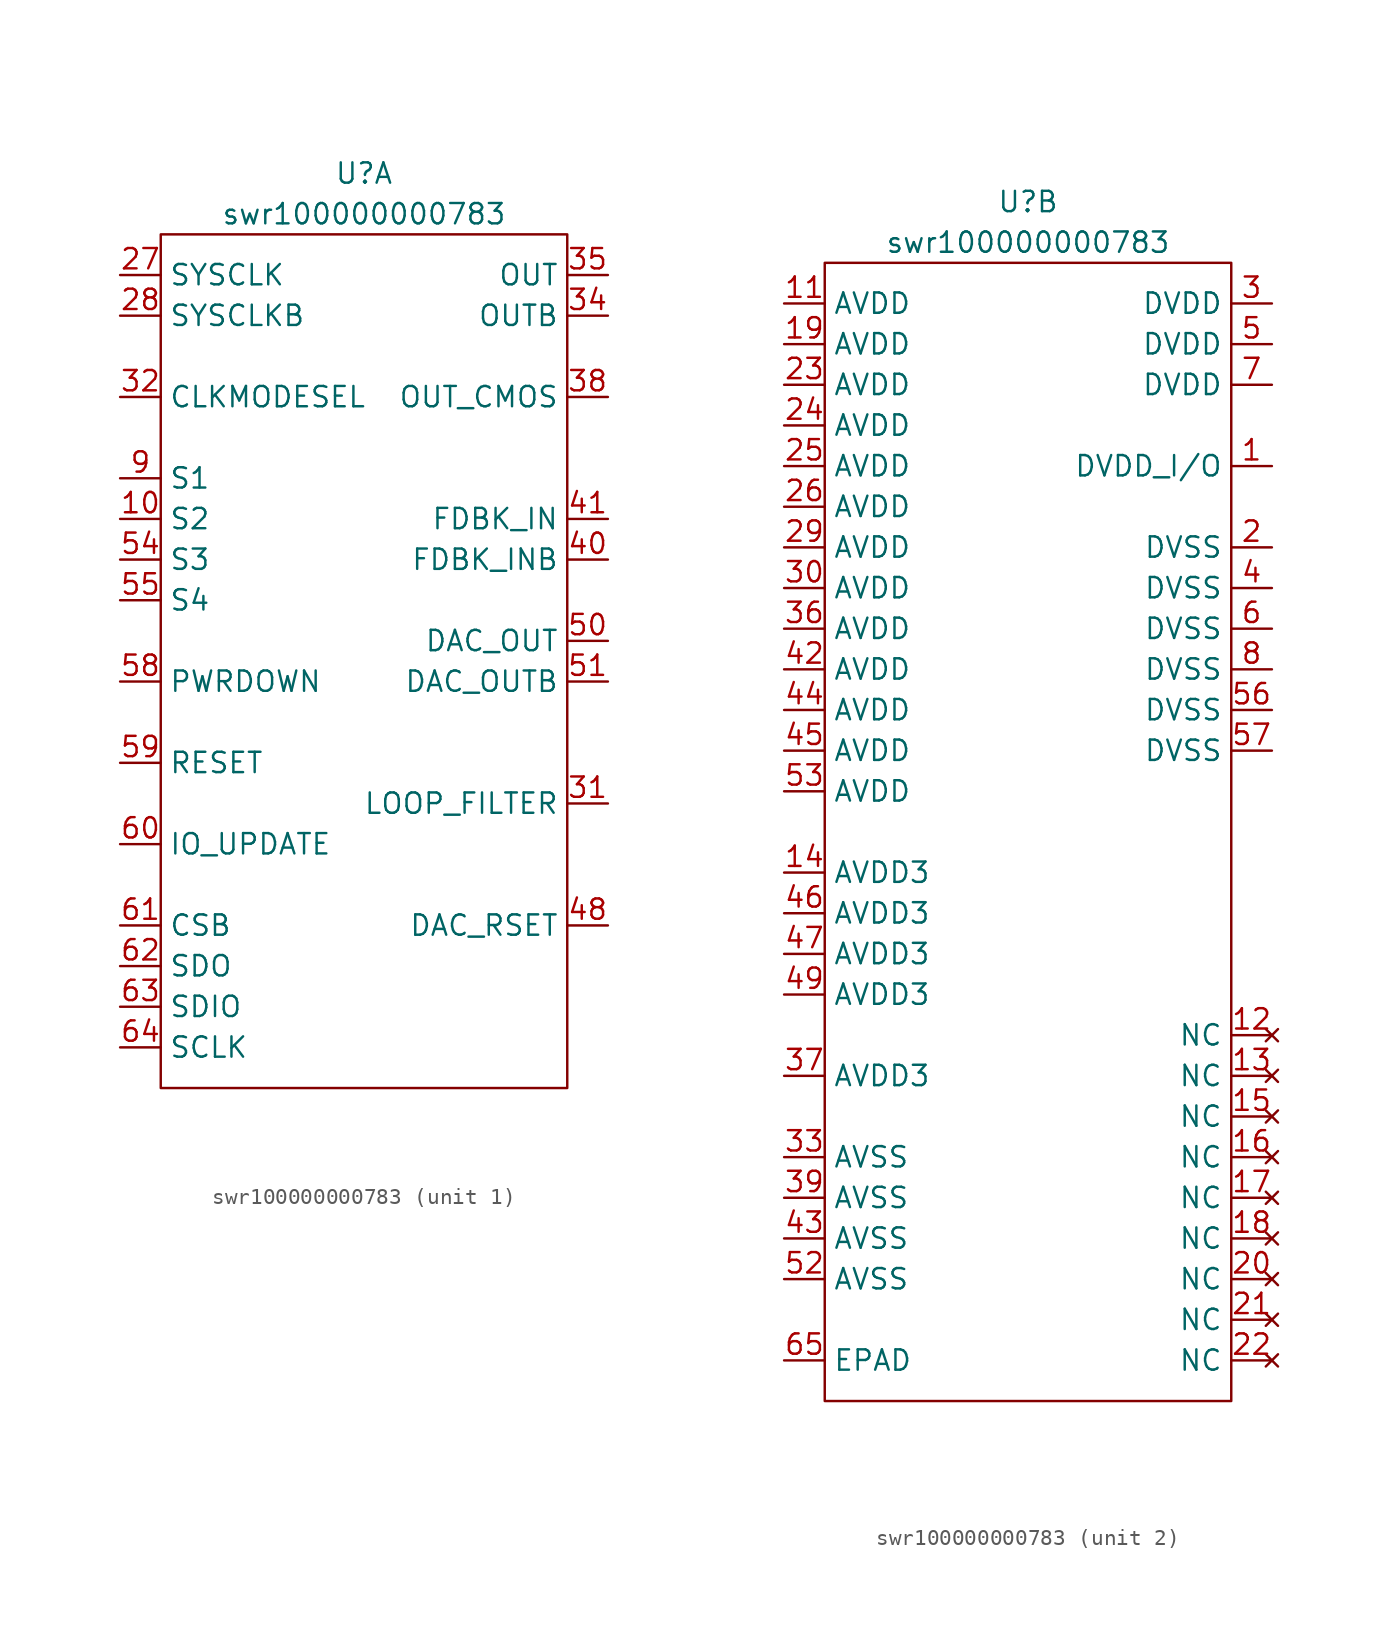
<source format=kicad_sym>
(kicad_symbol_lib
  (version 20211014)
  (generator kicad_symbol_editor)
  (symbol "swr100000000783"
    (property "Reference" "U"
      (at 0 3.81 0)
      (effects (font (size 1.27 1.27))))
    (property "Value" "swr100000000783"
      (at 0 1.27 0)
      (effects (font (size 1.27 1.27))))
    (symbol "swr100000000783_1_1"
      (rectangle (start -12.7 0) (end 12.7 -53.34) (stroke (width 0) (type default) (color 0 0 0 0)) (fill (type none)))
      (pin bidirectional line (at -15.24 -17.78 0) (length 2.54) (name "S2" (effects (font (size 1.27 1.27)))) (number "10" (effects (font (size 1.27 1.27)))))
      (pin input line (at -15.24 -2.54 0) (length 2.54) (name "SYSCLK" (effects (font (size 1.27 1.27)))) (number "27" (effects (font (size 1.27 1.27)))))
      (pin input line (at -15.24 -5.08 0) (length 2.54) (name "SYSCLKB" (effects (font (size 1.27 1.27)))) (number "28" (effects (font (size 1.27 1.27)))))
      (pin output line (at 15.24 -35.56 180) (length 2.54) (name "LOOP_FILTER" (effects (font (size 1.27 1.27)))) (number "31" (effects (font (size 1.27 1.27)))))
      (pin input line (at -15.24 -10.16 0) (length 2.54) (name "CLKMODESEL" (effects (font (size 1.27 1.27)))) (number "32" (effects (font (size 1.27 1.27)))))
      (pin output line (at 15.24 -5.08 180) (length 2.54) (name "OUTB" (effects (font (size 1.27 1.27)))) (number "34" (effects (font (size 1.27 1.27)))))
      (pin output line (at 15.24 -2.54 180) (length 2.54) (name "OUT" (effects (font (size 1.27 1.27)))) (number "35" (effects (font (size 1.27 1.27)))))
      (pin output line (at 15.24 -10.16 180) (length 2.54) (name "OUT_CMOS" (effects (font (size 1.27 1.27)))) (number "38" (effects (font (size 1.27 1.27)))))
      (pin input line (at 15.24 -20.32 180) (length 2.54) (name "FDBK_INB" (effects (font (size 1.27 1.27)))) (number "40" (effects (font (size 1.27 1.27)))))
      (pin input line (at 15.24 -17.78 180) (length 2.54) (name "FDBK_IN" (effects (font (size 1.27 1.27)))) (number "41" (effects (font (size 1.27 1.27)))))
      (pin output line (at 15.24 -43.18 180) (length 2.54) (name "DAC_RSET" (effects (font (size 1.27 1.27)))) (number "48" (effects (font (size 1.27 1.27)))))
      (pin output line (at 15.24 -25.4 180) (length 2.54) (name "DAC_OUT" (effects (font (size 1.27 1.27)))) (number "50" (effects (font (size 1.27 1.27)))))
      (pin output line (at 15.24 -27.94 180) (length 2.54) (name "DAC_OUTB" (effects (font (size 1.27 1.27)))) (number "51" (effects (font (size 1.27 1.27)))))
      (pin bidirectional line (at -15.24 -20.32 0) (length 2.54) (name "S3" (effects (font (size 1.27 1.27)))) (number "54" (effects (font (size 1.27 1.27)))))
      (pin bidirectional line (at -15.24 -22.86 0) (length 2.54) (name "S4" (effects (font (size 1.27 1.27)))) (number "55" (effects (font (size 1.27 1.27)))))
      (pin input line (at -15.24 -27.94 0) (length 2.54) (name "PWRDOWN" (effects (font (size 1.27 1.27)))) (number "58" (effects (font (size 1.27 1.27)))))
      (pin input line (at -15.24 -33.02 0) (length 2.54) (name "RESET" (effects (font (size 1.27 1.27)))) (number "59" (effects (font (size 1.27 1.27)))))
      (pin input line (at -15.24 -38.1 0) (length 2.54) (name "IO_UPDATE" (effects (font (size 1.27 1.27)))) (number "60" (effects (font (size 1.27 1.27)))))
      (pin input line (at -15.24 -43.18 0) (length 2.54) (name "CSB" (effects (font (size 1.27 1.27)))) (number "61" (effects (font (size 1.27 1.27)))))
      (pin input line (at -15.24 -45.72 0) (length 2.54) (name "SDO" (effects (font (size 1.27 1.27)))) (number "62" (effects (font (size 1.27 1.27)))))
      (pin bidirectional line (at -15.24 -48.26 0) (length 2.54) (name "SDIO" (effects (font (size 1.27 1.27)))) (number "63" (effects (font (size 1.27 1.27)))))
      (pin input line (at -15.24 -50.8 0) (length 2.54) (name "SCLK" (effects (font (size 1.27 1.27)))) (number "64" (effects (font (size 1.27 1.27)))))
      (pin bidirectional line (at -15.24 -15.24 0) (length 2.54) (name "S1" (effects (font (size 1.27 1.27)))) (number "9" (effects (font (size 1.27 1.27))))))
    (symbol "swr100000000783_2_1"
      (rectangle (start -12.7 0) (end 12.7 -71.12) (stroke (width 0) (type default) (color 0 0 0 0)) (fill (type none)))
      (pin power_in line (at 15.24 -12.7 180) (length 2.54) (name "DVDD_I/O" (effects (font (size 1.27 1.27)))) (number "1" (effects (font (size 1.27 1.27)))))
      (pin power_in line (at -15.24 -2.54 0) (length 2.54) (name "AVDD" (effects (font (size 1.27 1.27)))) (number "11" (effects (font (size 1.27 1.27)))))
      (pin no_connect line (at 15.24 -48.26 180) (length 2.54) (name "NC" (effects (font (size 1.27 1.27)))) (number "12" (effects (font (size 1.27 1.27)))))
      (pin no_connect line (at 15.24 -50.8 180) (length 2.54) (name "NC" (effects (font (size 1.27 1.27)))) (number "13" (effects (font (size 1.27 1.27)))))
      (pin power_in line (at -15.24 -38.1 0) (length 2.54) (name "AVDD3" (effects (font (size 1.27 1.27)))) (number "14" (effects (font (size 1.27 1.27)))))
      (pin no_connect line (at 15.24 -53.34 180) (length 2.54) (name "NC" (effects (font (size 1.27 1.27)))) (number "15" (effects (font (size 1.27 1.27)))))
      (pin no_connect line (at 15.24 -55.88 180) (length 2.54) (name "NC" (effects (font (size 1.27 1.27)))) (number "16" (effects (font (size 1.27 1.27)))))
      (pin no_connect line (at 15.24 -58.42 180) (length 2.54) (name "NC" (effects (font (size 1.27 1.27)))) (number "17" (effects (font (size 1.27 1.27)))))
      (pin no_connect line (at 15.24 -60.96 180) (length 2.54) (name "NC" (effects (font (size 1.27 1.27)))) (number "18" (effects (font (size 1.27 1.27)))))
      (pin power_in line (at -15.24 -5.08 0) (length 2.54) (name "AVDD" (effects (font (size 1.27 1.27)))) (number "19" (effects (font (size 1.27 1.27)))))
      (pin power_in line (at 15.24 -17.78 180) (length 2.54) (name "DVSS" (effects (font (size 1.27 1.27)))) (number "2" (effects (font (size 1.27 1.27)))))
      (pin no_connect line (at 15.24 -63.5 180) (length 2.54) (name "NC" (effects (font (size 1.27 1.27)))) (number "20" (effects (font (size 1.27 1.27)))))
      (pin no_connect line (at 15.24 -66.04 180) (length 2.54) (name "NC" (effects (font (size 1.27 1.27)))) (number "21" (effects (font (size 1.27 1.27)))))
      (pin no_connect line (at 15.24 -68.58 180) (length 2.54) (name "NC" (effects (font (size 1.27 1.27)))) (number "22" (effects (font (size 1.27 1.27)))))
      (pin power_in line (at -15.24 -7.62 0) (length 2.54) (name "AVDD" (effects (font (size 1.27 1.27)))) (number "23" (effects (font (size 1.27 1.27)))))
      (pin power_in line (at -15.24 -10.16 0) (length 2.54) (name "AVDD" (effects (font (size 1.27 1.27)))) (number "24" (effects (font (size 1.27 1.27)))))
      (pin power_in line (at -15.24 -12.7 0) (length 2.54) (name "AVDD" (effects (font (size 1.27 1.27)))) (number "25" (effects (font (size 1.27 1.27)))))
      (pin power_in line (at -15.24 -15.24 0) (length 2.54) (name "AVDD" (effects (font (size 1.27 1.27)))) (number "26" (effects (font (size 1.27 1.27)))))
      (pin power_in line (at -15.24 -17.78 0) (length 2.54) (name "AVDD" (effects (font (size 1.27 1.27)))) (number "29" (effects (font (size 1.27 1.27)))))
      (pin power_in line (at 15.24 -2.54 180) (length 2.54) (name "DVDD" (effects (font (size 1.27 1.27)))) (number "3" (effects (font (size 1.27 1.27)))))
      (pin power_in line (at -15.24 -20.32 0) (length 2.54) (name "AVDD" (effects (font (size 1.27 1.27)))) (number "30" (effects (font (size 1.27 1.27)))))
      (pin power_in line (at -15.24 -55.88 0) (length 2.54) (name "AVSS" (effects (font (size 1.27 1.27)))) (number "33" (effects (font (size 1.27 1.27)))))
      (pin power_in line (at -15.24 -22.86 0) (length 2.54) (name "AVDD" (effects (font (size 1.27 1.27)))) (number "36" (effects (font (size 1.27 1.27)))))
      (pin power_in line (at -15.24 -50.8 0) (length 2.54) (name "AVDD3" (effects (font (size 1.27 1.27)))) (number "37" (effects (font (size 1.27 1.27)))))
      (pin power_in line (at -15.24 -58.42 0) (length 2.54) (name "AVSS" (effects (font (size 1.27 1.27)))) (number "39" (effects (font (size 1.27 1.27)))))
      (pin power_in line (at 15.24 -20.32 180) (length 2.54) (name "DVSS" (effects (font (size 1.27 1.27)))) (number "4" (effects (font (size 1.27 1.27)))))
      (pin power_in line (at -15.24 -25.4 0) (length 2.54) (name "AVDD" (effects (font (size 1.27 1.27)))) (number "42" (effects (font (size 1.27 1.27)))))
      (pin power_in line (at -15.24 -60.96 0) (length 2.54) (name "AVSS" (effects (font (size 1.27 1.27)))) (number "43" (effects (font (size 1.27 1.27)))))
      (pin power_in line (at -15.24 -27.94 0) (length 2.54) (name "AVDD" (effects (font (size 1.27 1.27)))) (number "44" (effects (font (size 1.27 1.27)))))
      (pin power_in line (at -15.24 -30.48 0) (length 2.54) (name "AVDD" (effects (font (size 1.27 1.27)))) (number "45" (effects (font (size 1.27 1.27)))))
      (pin power_in line (at -15.24 -40.64 0) (length 2.54) (name "AVDD3" (effects (font (size 1.27 1.27)))) (number "46" (effects (font (size 1.27 1.27)))))
      (pin power_in line (at -15.24 -43.18 0) (length 2.54) (name "AVDD3" (effects (font (size 1.27 1.27)))) (number "47" (effects (font (size 1.27 1.27)))))
      (pin power_in line (at -15.24 -45.72 0) (length 2.54) (name "AVDD3" (effects (font (size 1.27 1.27)))) (number "49" (effects (font (size 1.27 1.27)))))
      (pin power_in line (at 15.24 -5.08 180) (length 2.54) (name "DVDD" (effects (font (size 1.27 1.27)))) (number "5" (effects (font (size 1.27 1.27)))))
      (pin power_in line (at -15.24 -63.5 0) (length 2.54) (name "AVSS" (effects (font (size 1.27 1.27)))) (number "52" (effects (font (size 1.27 1.27)))))
      (pin power_in line (at -15.24 -33.02 0) (length 2.54) (name "AVDD" (effects (font (size 1.27 1.27)))) (number "53" (effects (font (size 1.27 1.27)))))
      (pin power_in line (at 15.24 -27.94 180) (length 2.54) (name "DVSS" (effects (font (size 1.27 1.27)))) (number "56" (effects (font (size 1.27 1.27)))))
      (pin power_in line (at 15.24 -30.48 180) (length 2.54) (name "DVSS" (effects (font (size 1.27 1.27)))) (number "57" (effects (font (size 1.27 1.27)))))
      (pin power_in line (at 15.24 -22.86 180) (length 2.54) (name "DVSS" (effects (font (size 1.27 1.27)))) (number "6" (effects (font (size 1.27 1.27)))))
      (pin power_in line (at -15.24 -68.58 0) (length 2.54) (name "EPAD" (effects (font (size 1.27 1.27)))) (number "65" (effects (font (size 1.27 1.27)))))
      (pin power_in line (at 15.24 -7.62 180) (length 2.54) (name "DVDD" (effects (font (size 1.27 1.27)))) (number "7" (effects (font (size 1.27 1.27)))))
      (pin power_in line (at 15.24 -25.4 180) (length 2.54) (name "DVSS" (effects (font (size 1.27 1.27)))) (number "8" (effects (font (size 1.27 1.27))))))))
</source>
